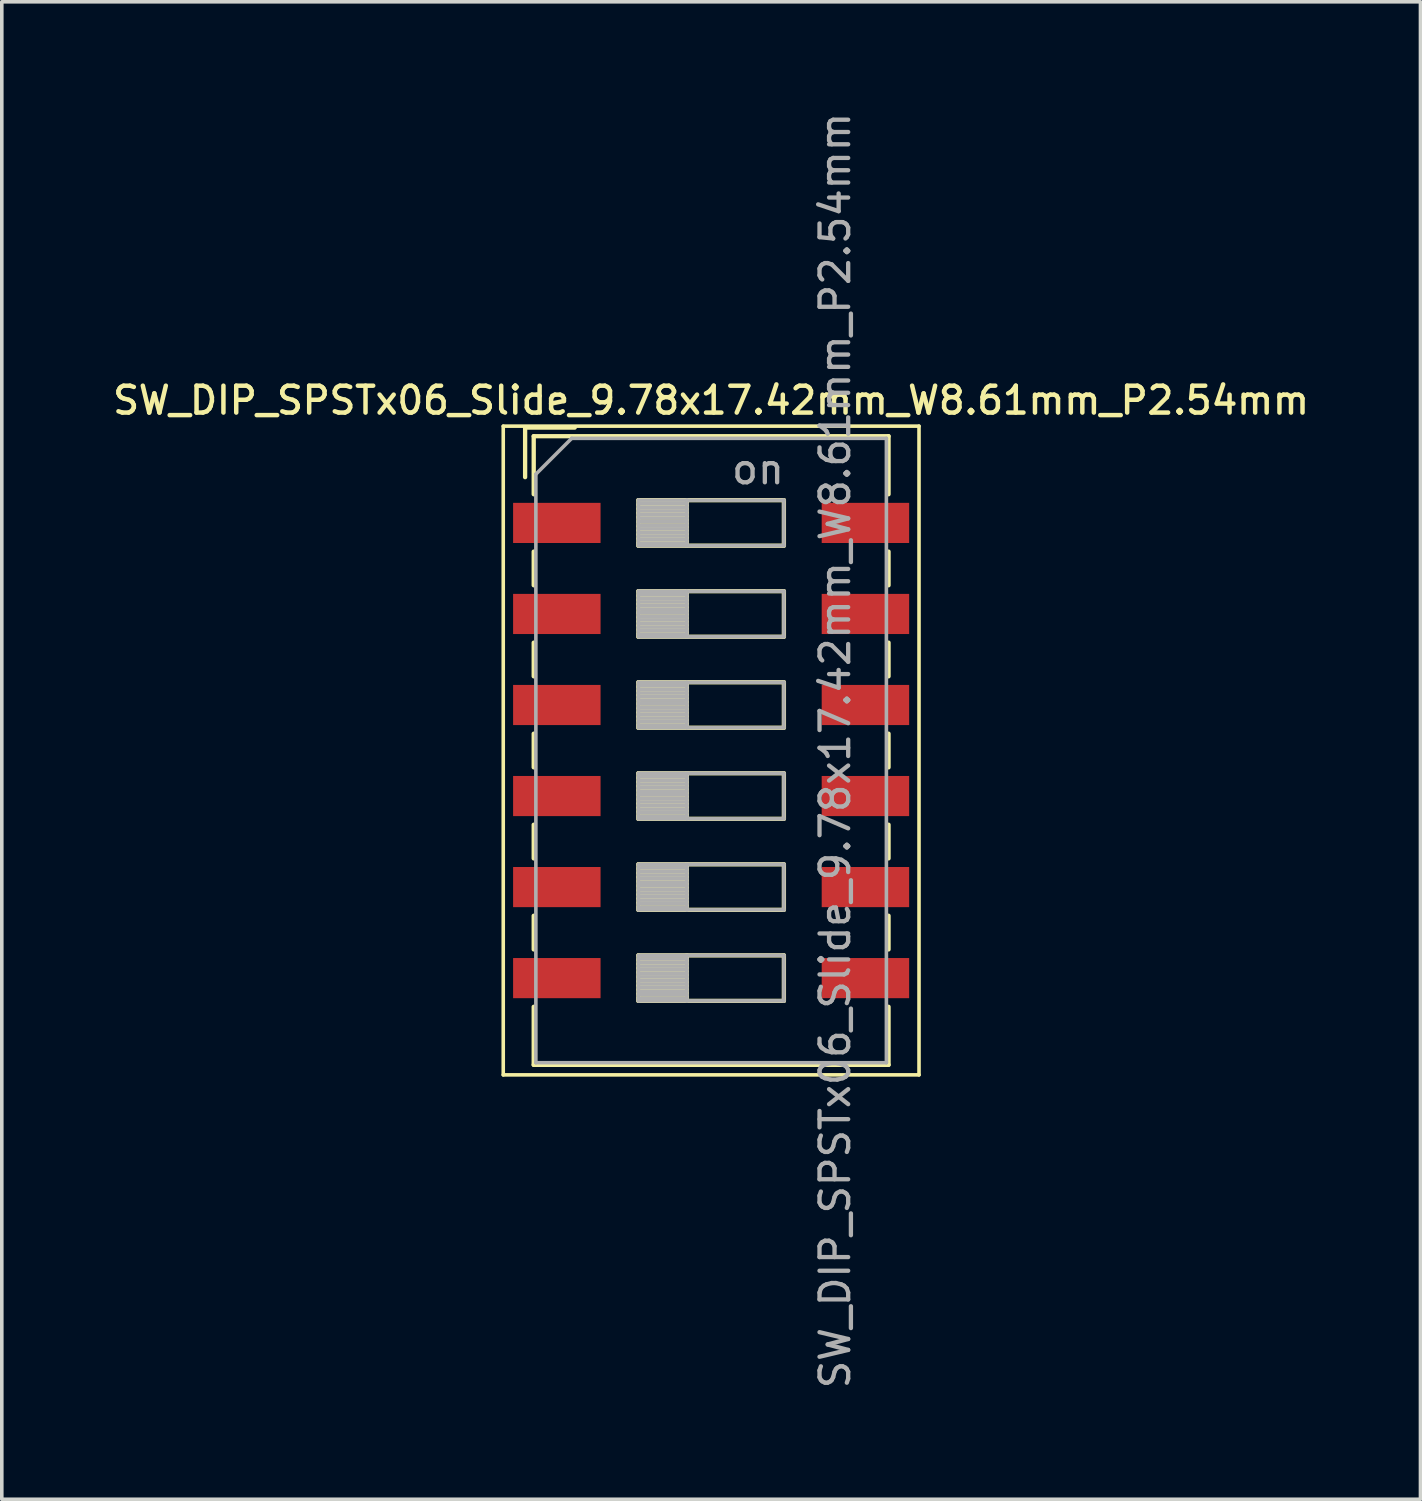
<source format=kicad_pcb>
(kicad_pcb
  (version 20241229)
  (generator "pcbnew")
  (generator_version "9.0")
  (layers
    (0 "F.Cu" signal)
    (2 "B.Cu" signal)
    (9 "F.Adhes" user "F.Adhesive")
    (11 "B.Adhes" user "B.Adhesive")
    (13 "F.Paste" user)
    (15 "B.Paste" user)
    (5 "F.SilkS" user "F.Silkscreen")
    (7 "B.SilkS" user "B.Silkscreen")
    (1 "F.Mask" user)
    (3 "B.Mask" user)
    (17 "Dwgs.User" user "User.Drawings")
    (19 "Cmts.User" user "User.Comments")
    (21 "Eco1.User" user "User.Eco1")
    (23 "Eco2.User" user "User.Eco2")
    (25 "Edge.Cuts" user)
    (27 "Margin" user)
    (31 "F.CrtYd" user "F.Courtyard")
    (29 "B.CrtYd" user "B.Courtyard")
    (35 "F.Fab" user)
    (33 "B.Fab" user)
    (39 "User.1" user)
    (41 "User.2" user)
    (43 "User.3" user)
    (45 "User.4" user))
  (footprint "SW_DIP_SPSTx06_Slide_9.78x17.42mm_W8.61mm_P2.54mm"
    (layer "F.Cu")
    (at 16.791 17.89)
    (property "Reference" "SW_DIP_SPSTx06_Slide_9.78x17.42mm_W8.61mm_P2.54mm" (at 0 -9.77 0) (layer "F.SilkS") (effects (font (size 0.75 0.75) (thickness 0.125))))
    (attr smd)
    (fp_line (start -5.8 -9.05) (end -5.8 9.05) (stroke (width 0.1) (type solid)) (layer "F.SilkS"))
    (fp_line (start -5.8 9.05) (end 5.8 9.05) (stroke (width 0.1) (type solid)) (layer "F.SilkS"))
    (fp_line (start -5.19 -9.01) (end -5.19 -7.627) (stroke (width 0.12) (type solid)) (layer "F.SilkS"))
    (fp_line (start -5.19 -9.01) (end -3.806 -9.01) (stroke (width 0.12) (type solid)) (layer "F.SilkS"))
    (fp_line (start -4.95 -8.77) (end -4.95 -7.15) (stroke (width 0.12) (type solid)) (layer "F.SilkS"))
    (fp_line (start -4.95 -8.77) (end 4.95 -8.77) (stroke (width 0.12) (type solid)) (layer "F.SilkS"))
    (fp_line (start -4.95 -5.55) (end -4.95 -4.61) (stroke (width 0.12) (type solid)) (layer "F.SilkS"))
    (fp_line (start -4.95 -3.01) (end -4.95 -2.07) (stroke (width 0.12) (type solid)) (layer "F.SilkS"))
    (fp_line (start -4.95 -0.47) (end -4.95 0.47) (stroke (width 0.12) (type solid)) (layer "F.SilkS"))
    (fp_line (start -4.95 2.07) (end -4.95 3.01) (stroke (width 0.12) (type solid)) (layer "F.SilkS"))
    (fp_line (start -4.95 4.61) (end -4.95 5.55) (stroke (width 0.12) (type solid)) (layer "F.SilkS"))
    (fp_line (start -4.95 7.15) (end -4.95 8.77) (stroke (width 0.12) (type solid)) (layer "F.SilkS"))
    (fp_line (start -4.95 8.77) (end 4.95 8.77) (stroke (width 0.12) (type solid)) (layer "F.SilkS"))
    (fp_line (start -2.03 -6.985) (end -2.03 -5.715) (stroke (width 0.12) (type solid)) (layer "F.SilkS"))
    (fp_line (start -2.03 -6.865) (end -0.677 -6.865) (stroke (width 0.12) (type solid)) (layer "F.SilkS"))
    (fp_line (start -2.03 -6.745) (end -0.677 -6.745) (stroke (width 0.12) (type solid)) (layer "F.SilkS"))
    (fp_line (start -2.03 -6.625) (end -0.677 -6.625) (stroke (width 0.12) (type solid)) (layer "F.SilkS"))
    (fp_line (start -2.03 -6.505) (end -0.677 -6.505) (stroke (width 0.12) (type solid)) (layer "F.SilkS"))
    (fp_line (start -2.03 -6.385) (end -0.677 -6.385) (stroke (width 0.12) (type solid)) (layer "F.SilkS"))
    (fp_line (start -2.03 -6.265) (end -0.677 -6.265) (stroke (width 0.12) (type solid)) (layer "F.SilkS"))
    (fp_line (start -2.03 -6.145) (end -0.677 -6.145) (stroke (width 0.12) (type solid)) (layer "F.SilkS"))
    (fp_line (start -2.03 -6.025) (end -0.677 -6.025) (stroke (width 0.12) (type solid)) (layer "F.SilkS"))
    (fp_line (start -2.03 -5.905) (end -0.677 -5.905) (stroke (width 0.12) (type solid)) (layer "F.SilkS"))
    (fp_line (start -2.03 -5.785) (end -0.677 -5.785) (stroke (width 0.12) (type solid)) (layer "F.SilkS"))
    (fp_line (start -2.03 -5.715) (end 2.03 -5.715) (stroke (width 0.12) (type solid)) (layer "F.SilkS"))
    (fp_line (start -2.03 -4.445) (end -2.03 -3.175) (stroke (width 0.12) (type solid)) (layer "F.SilkS"))
    (fp_line (start -2.03 -4.325) (end -0.677 -4.325) (stroke (width 0.12) (type solid)) (layer "F.SilkS"))
    (fp_line (start -2.03 -4.205) (end -0.677 -4.205) (stroke (width 0.12) (type solid)) (layer "F.SilkS"))
    (fp_line (start -2.03 -4.085) (end -0.677 -4.085) (stroke (width 0.12) (type solid)) (layer "F.SilkS"))
    (fp_line (start -2.03 -3.965) (end -0.677 -3.965) (stroke (width 0.12) (type solid)) (layer "F.SilkS"))
    (fp_line (start -2.03 -3.845) (end -0.677 -3.845) (stroke (width 0.12) (type solid)) (layer "F.SilkS"))
    (fp_line (start -2.03 -3.725) (end -0.677 -3.725) (stroke (width 0.12) (type solid)) (layer "F.SilkS"))
    (fp_line (start -2.03 -3.605) (end -0.677 -3.605) (stroke (width 0.12) (type solid)) (layer "F.SilkS"))
    (fp_line (start -2.03 -3.485) (end -0.677 -3.485) (stroke (width 0.12) (type solid)) (layer "F.SilkS"))
    (fp_line (start -2.03 -3.365) (end -0.677 -3.365) (stroke (width 0.12) (type solid)) (layer "F.SilkS"))
    (fp_line (start -2.03 -3.245) (end -0.677 -3.245) (stroke (width 0.12) (type solid)) (layer "F.SilkS"))
    (fp_line (start -2.03 -3.175) (end 2.03 -3.175) (stroke (width 0.12) (type solid)) (layer "F.SilkS"))
    (fp_line (start -2.03 -1.905) (end -2.03 -0.635) (stroke (width 0.12) (type solid)) (layer "F.SilkS"))
    (fp_line (start -2.03 -1.785) (end -0.677 -1.785) (stroke (width 0.12) (type solid)) (layer "F.SilkS"))
    (fp_line (start -2.03 -1.665) (end -0.677 -1.665) (stroke (width 0.12) (type solid)) (layer "F.SilkS"))
    (fp_line (start -2.03 -1.545) (end -0.677 -1.545) (stroke (width 0.12) (type solid)) (layer "F.SilkS"))
    (fp_line (start -2.03 -1.425) (end -0.677 -1.425) (stroke (width 0.12) (type solid)) (layer "F.SilkS"))
    (fp_line (start -2.03 -1.305) (end -0.677 -1.305) (stroke (width 0.12) (type solid)) (layer "F.SilkS"))
    (fp_line (start -2.03 -1.185) (end -0.677 -1.185) (stroke (width 0.12) (type solid)) (layer "F.SilkS"))
    (fp_line (start -2.03 -1.065) (end -0.677 -1.065) (stroke (width 0.12) (type solid)) (layer "F.SilkS"))
    (fp_line (start -2.03 -0.945) (end -0.677 -0.945) (stroke (width 0.12) (type solid)) (layer "F.SilkS"))
    (fp_line (start -2.03 -0.825) (end -0.677 -0.825) (stroke (width 0.12) (type solid)) (layer "F.SilkS"))
    (fp_line (start -2.03 -0.705) (end -0.677 -0.705) (stroke (width 0.12) (type solid)) (layer "F.SilkS"))
    (fp_line (start -2.03 -0.635) (end 2.03 -0.635) (stroke (width 0.12) (type solid)) (layer "F.SilkS"))
    (fp_line (start -2.03 0.635) (end -2.03 1.905) (stroke (width 0.12) (type solid)) (layer "F.SilkS"))
    (fp_line (start -2.03 0.755) (end -0.677 0.755) (stroke (width 0.12) (type solid)) (layer "F.SilkS"))
    (fp_line (start -2.03 0.875) (end -0.677 0.875) (stroke (width 0.12) (type solid)) (layer "F.SilkS"))
    (fp_line (start -2.03 0.995) (end -0.677 0.995) (stroke (width 0.12) (type solid)) (layer "F.SilkS"))
    (fp_line (start -2.03 1.115) (end -0.677 1.115) (stroke (width 0.12) (type solid)) (layer "F.SilkS"))
    (fp_line (start -2.03 1.235) (end -0.677 1.235) (stroke (width 0.12) (type solid)) (layer "F.SilkS"))
    (fp_line (start -2.03 1.355) (end -0.677 1.355) (stroke (width 0.12) (type solid)) (layer "F.SilkS"))
    (fp_line (start -2.03 1.475) (end -0.677 1.475) (stroke (width 0.12) (type solid)) (layer "F.SilkS"))
    (fp_line (start -2.03 1.595) (end -0.677 1.595) (stroke (width 0.12) (type solid)) (layer "F.SilkS"))
    (fp_line (start -2.03 1.715) (end -0.677 1.715) (stroke (width 0.12) (type solid)) (layer "F.SilkS"))
    (fp_line (start -2.03 1.835) (end -0.677 1.835) (stroke (width 0.12) (type solid)) (layer "F.SilkS"))
    (fp_line (start -2.03 1.905) (end 2.03 1.905) (stroke (width 0.12) (type solid)) (layer "F.SilkS"))
    (fp_line (start -2.03 3.175) (end -2.03 4.445) (stroke (width 0.12) (type solid)) (layer "F.SilkS"))
    (fp_line (start -2.03 3.295) (end -0.677 3.295) (stroke (width 0.12) (type solid)) (layer "F.SilkS"))
    (fp_line (start -2.03 3.415) (end -0.677 3.415) (stroke (width 0.12) (type solid)) (layer "F.SilkS"))
    (fp_line (start -2.03 3.535) (end -0.677 3.535) (stroke (width 0.12) (type solid)) (layer "F.SilkS"))
    (fp_line (start -2.03 3.655) (end -0.677 3.655) (stroke (width 0.12) (type solid)) (layer "F.SilkS"))
    (fp_line (start -2.03 3.775) (end -0.677 3.775) (stroke (width 0.12) (type solid)) (layer "F.SilkS"))
    (fp_line (start -2.03 3.895) (end -0.677 3.895) (stroke (width 0.12) (type solid)) (layer "F.SilkS"))
    (fp_line (start -2.03 4.015) (end -0.677 4.015) (stroke (width 0.12) (type solid)) (layer "F.SilkS"))
    (fp_line (start -2.03 4.135) (end -0.677 4.135) (stroke (width 0.12) (type solid)) (layer "F.SilkS"))
    (fp_line (start -2.03 4.255) (end -0.677 4.255) (stroke (width 0.12) (type solid)) (layer "F.SilkS"))
    (fp_line (start -2.03 4.375) (end -0.677 4.375) (stroke (width 0.12) (type solid)) (layer "F.SilkS"))
    (fp_line (start -2.03 4.445) (end 2.03 4.445) (stroke (width 0.12) (type solid)) (layer "F.SilkS"))
    (fp_line (start -2.03 5.715) (end -2.03 6.985) (stroke (width 0.12) (type solid)) (layer "F.SilkS"))
    (fp_line (start -2.03 5.835) (end -0.677 5.835) (stroke (width 0.12) (type solid)) (layer "F.SilkS"))
    (fp_line (start -2.03 5.955) (end -0.677 5.955) (stroke (width 0.12) (type solid)) (layer "F.SilkS"))
    (fp_line (start -2.03 6.075) (end -0.677 6.075) (stroke (width 0.12) (type solid)) (layer "F.SilkS"))
    (fp_line (start -2.03 6.195) (end -0.677 6.195) (stroke (width 0.12) (type solid)) (layer "F.SilkS"))
    (fp_line (start -2.03 6.315) (end -0.677 6.315) (stroke (width 0.12) (type solid)) (layer "F.SilkS"))
    (fp_line (start -2.03 6.435) (end -0.677 6.435) (stroke (width 0.12) (type solid)) (layer "F.SilkS"))
    (fp_line (start -2.03 6.555) (end -0.677 6.555) (stroke (width 0.12) (type solid)) (layer "F.SilkS"))
    (fp_line (start -2.03 6.675) (end -0.677 6.675) (stroke (width 0.12) (type solid)) (layer "F.SilkS"))
    (fp_line (start -2.03 6.795) (end -0.677 6.795) (stroke (width 0.12) (type solid)) (layer "F.SilkS"))
    (fp_line (start -2.03 6.915) (end -0.677 6.915) (stroke (width 0.12) (type solid)) (layer "F.SilkS"))
    (fp_line (start -2.03 6.985) (end 2.03 6.985) (stroke (width 0.12) (type solid)) (layer "F.SilkS"))
    (fp_line (start -0.677 -6.985) (end -0.677 -5.715) (stroke (width 0.12) (type solid)) (layer "F.SilkS"))
    (fp_line (start -0.677 -4.445) (end -0.677 -3.175) (stroke (width 0.12) (type solid)) (layer "F.SilkS"))
    (fp_line (start -0.677 -1.905) (end -0.677 -0.635) (stroke (width 0.12) (type solid)) (layer "F.SilkS"))
    (fp_line (start -0.677 0.635) (end -0.677 1.905) (stroke (width 0.12) (type solid)) (layer "F.SilkS"))
    (fp_line (start -0.677 3.175) (end -0.677 4.445) (stroke (width 0.12) (type solid)) (layer "F.SilkS"))
    (fp_line (start -0.677 5.715) (end -0.677 6.985) (stroke (width 0.12) (type solid)) (layer "F.SilkS"))
    (fp_line (start 2.03 -6.985) (end -2.03 -6.985) (stroke (width 0.12) (type solid)) (layer "F.SilkS"))
    (fp_line (start 2.03 -5.715) (end 2.03 -6.985) (stroke (width 0.12) (type solid)) (layer "F.SilkS"))
    (fp_line (start 2.03 -4.445) (end -2.03 -4.445) (stroke (width 0.12) (type solid)) (layer "F.SilkS"))
    (fp_line (start 2.03 -3.175) (end 2.03 -4.445) (stroke (width 0.12) (type solid)) (layer "F.SilkS"))
    (fp_line (start 2.03 -1.905) (end -2.03 -1.905) (stroke (width 0.12) (type solid)) (layer "F.SilkS"))
    (fp_line (start 2.03 -0.635) (end 2.03 -1.905) (stroke (width 0.12) (type solid)) (layer "F.SilkS"))
    (fp_line (start 2.03 0.635) (end -2.03 0.635) (stroke (width 0.12) (type solid)) (layer "F.SilkS"))
    (fp_line (start 2.03 1.905) (end 2.03 0.635) (stroke (width 0.12) (type solid)) (layer "F.SilkS"))
    (fp_line (start 2.03 3.175) (end -2.03 3.175) (stroke (width 0.12) (type solid)) (layer "F.SilkS"))
    (fp_line (start 2.03 4.445) (end 2.03 3.175) (stroke (width 0.12) (type solid)) (layer "F.SilkS"))
    (fp_line (start 2.03 5.715) (end -2.03 5.715) (stroke (width 0.12) (type solid)) (layer "F.SilkS"))
    (fp_line (start 2.03 6.985) (end 2.03 5.715) (stroke (width 0.12) (type solid)) (layer "F.SilkS"))
    (fp_line (start 4.95 -8.77) (end 4.95 -7.15) (stroke (width 0.12) (type solid)) (layer "F.SilkS"))
    (fp_line (start 4.95 -5.55) (end 4.95 -4.61) (stroke (width 0.12) (type solid)) (layer "F.SilkS"))
    (fp_line (start 4.95 -3.01) (end 4.95 -2.07) (stroke (width 0.12) (type solid)) (layer "F.SilkS"))
    (fp_line (start 4.95 -0.47) (end 4.95 0.47) (stroke (width 0.12) (type solid)) (layer "F.SilkS"))
    (fp_line (start 4.95 2.07) (end 4.95 3.01) (stroke (width 0.12) (type solid)) (layer "F.SilkS"))
    (fp_line (start 4.95 4.61) (end 4.95 5.55) (stroke (width 0.12) (type solid)) (layer "F.SilkS"))
    (fp_line (start 4.95 7.15) (end 4.95 8.77) (stroke (width 0.12) (type solid)) (layer "F.SilkS"))
    (fp_line (start 5.8 -9.05) (end -5.8 -9.05) (stroke (width 0.1) (type solid)) (layer "F.SilkS"))
    (fp_line (start 5.8 9.05) (end 5.8 -9.05) (stroke (width 0.1) (type solid)) (layer "F.SilkS"))
    (fp_line (start -4.89 -7.71) (end -3.89 -8.71) (stroke (width 0.1) (type solid)) (layer "F.Fab"))
    (fp_line (start -4.89 8.71) (end -4.89 -7.71) (stroke (width 0.1) (type solid)) (layer "F.Fab"))
    (fp_line (start -3.89 -8.71) (end 4.89 -8.71) (stroke (width 0.1) (type solid)) (layer "F.Fab"))
    (fp_line (start -2.03 -6.985) (end -2.03 -5.715) (stroke (width 0.1) (type solid)) (layer "F.Fab"))
    (fp_line (start -2.03 -6.885) (end -0.677 -6.885) (stroke (width 0.1) (type solid)) (layer "F.Fab"))
    (fp_line (start -2.03 -6.785) (end -0.677 -6.785) (stroke (width 0.1) (type solid)) (layer "F.Fab"))
    (fp_line (start -2.03 -6.685) (end -0.677 -6.685) (stroke (width 0.1) (type solid)) (layer "F.Fab"))
    (fp_line (start -2.03 -6.585) (end -0.677 -6.585) (stroke (width 0.1) (type solid)) (layer "F.Fab"))
    (fp_line (start -2.03 -6.485) (end -0.677 -6.485) (stroke (width 0.1) (type solid)) (layer "F.Fab"))
    (fp_line (start -2.03 -6.385) (end -0.677 -6.385) (stroke (width 0.1) (type solid)) (layer "F.Fab"))
    (fp_line (start -2.03 -6.285) (end -0.677 -6.285) (stroke (width 0.1) (type solid)) (layer "F.Fab"))
    (fp_line (start -2.03 -6.185) (end -0.677 -6.185) (stroke (width 0.1) (type solid)) (layer "F.Fab"))
    (fp_line (start -2.03 -6.085) (end -0.677 -6.085) (stroke (width 0.1) (type solid)) (layer "F.Fab"))
    (fp_line (start -2.03 -5.985) (end -0.677 -5.985) (stroke (width 0.1) (type solid)) (layer "F.Fab"))
    (fp_line (start -2.03 -5.885) (end -0.677 -5.885) (stroke (width 0.1) (type solid)) (layer "F.Fab"))
    (fp_line (start -2.03 -5.785) (end -0.677 -5.785) (stroke (width 0.1) (type solid)) (layer "F.Fab"))
    (fp_line (start -2.03 -5.715) (end 2.03 -5.715) (stroke (width 0.1) (type solid)) (layer "F.Fab"))
    (fp_line (start -2.03 -4.445) (end -2.03 -3.175) (stroke (width 0.1) (type solid)) (layer "F.Fab"))
    (fp_line (start -2.03 -4.345) (end -0.677 -4.345) (stroke (width 0.1) (type solid)) (layer "F.Fab"))
    (fp_line (start -2.03 -4.245) (end -0.677 -4.245) (stroke (width 0.1) (type solid)) (layer "F.Fab"))
    (fp_line (start -2.03 -4.145) (end -0.677 -4.145) (stroke (width 0.1) (type solid)) (layer "F.Fab"))
    (fp_line (start -2.03 -4.045) (end -0.677 -4.045) (stroke (width 0.1) (type solid)) (layer "F.Fab"))
    (fp_line (start -2.03 -3.945) (end -0.677 -3.945) (stroke (width 0.1) (type solid)) (layer "F.Fab"))
    (fp_line (start -2.03 -3.845) (end -0.677 -3.845) (stroke (width 0.1) (type solid)) (layer "F.Fab"))
    (fp_line (start -2.03 -3.745) (end -0.677 -3.745) (stroke (width 0.1) (type solid)) (layer "F.Fab"))
    (fp_line (start -2.03 -3.645) (end -0.677 -3.645) (stroke (width 0.1) (type solid)) (layer "F.Fab"))
    (fp_line (start -2.03 -3.545) (end -0.677 -3.545) (stroke (width 0.1) (type solid)) (layer "F.Fab"))
    (fp_line (start -2.03 -3.445) (end -0.677 -3.445) (stroke (width 0.1) (type solid)) (layer "F.Fab"))
    (fp_line (start -2.03 -3.345) (end -0.677 -3.345) (stroke (width 0.1) (type solid)) (layer "F.Fab"))
    (fp_line (start -2.03 -3.245) (end -0.677 -3.245) (stroke (width 0.1) (type solid)) (layer "F.Fab"))
    (fp_line (start -2.03 -3.175) (end 2.03 -3.175) (stroke (width 0.1) (type solid)) (layer "F.Fab"))
    (fp_line (start -2.03 -1.905) (end -2.03 -0.635) (stroke (width 0.1) (type solid)) (layer "F.Fab"))
    (fp_line (start -2.03 -1.805) (end -0.677 -1.805) (stroke (width 0.1) (type solid)) (layer "F.Fab"))
    (fp_line (start -2.03 -1.705) (end -0.677 -1.705) (stroke (width 0.1) (type solid)) (layer "F.Fab"))
    (fp_line (start -2.03 -1.605) (end -0.677 -1.605) (stroke (width 0.1) (type solid)) (layer "F.Fab"))
    (fp_line (start -2.03 -1.505) (end -0.677 -1.505) (stroke (width 0.1) (type solid)) (layer "F.Fab"))
    (fp_line (start -2.03 -1.405) (end -0.677 -1.405) (stroke (width 0.1) (type solid)) (layer "F.Fab"))
    (fp_line (start -2.03 -1.305) (end -0.677 -1.305) (stroke (width 0.1) (type solid)) (layer "F.Fab"))
    (fp_line (start -2.03 -1.205) (end -0.677 -1.205) (stroke (width 0.1) (type solid)) (layer "F.Fab"))
    (fp_line (start -2.03 -1.105) (end -0.677 -1.105) (stroke (width 0.1) (type solid)) (layer "F.Fab"))
    (fp_line (start -2.03 -1.005) (end -0.677 -1.005) (stroke (width 0.1) (type solid)) (layer "F.Fab"))
    (fp_line (start -2.03 -0.905) (end -0.677 -0.905) (stroke (width 0.1) (type solid)) (layer "F.Fab"))
    (fp_line (start -2.03 -0.805) (end -0.677 -0.805) (stroke (width 0.1) (type solid)) (layer "F.Fab"))
    (fp_line (start -2.03 -0.705) (end -0.677 -0.705) (stroke (width 0.1) (type solid)) (layer "F.Fab"))
    (fp_line (start -2.03 -0.635) (end 2.03 -0.635) (stroke (width 0.1) (type solid)) (layer "F.Fab"))
    (fp_line (start -2.03 0.635) (end -2.03 1.905) (stroke (width 0.1) (type solid)) (layer "F.Fab"))
    (fp_line (start -2.03 0.735) (end -0.677 0.735) (stroke (width 0.1) (type solid)) (layer "F.Fab"))
    (fp_line (start -2.03 0.835) (end -0.677 0.835) (stroke (width 0.1) (type solid)) (layer "F.Fab"))
    (fp_line (start -2.03 0.935) (end -0.677 0.935) (stroke (width 0.1) (type solid)) (layer "F.Fab"))
    (fp_line (start -2.03 1.035) (end -0.677 1.035) (stroke (width 0.1) (type solid)) (layer "F.Fab"))
    (fp_line (start -2.03 1.135) (end -0.677 1.135) (stroke (width 0.1) (type solid)) (layer "F.Fab"))
    (fp_line (start -2.03 1.235) (end -0.677 1.235) (stroke (width 0.1) (type solid)) (layer "F.Fab"))
    (fp_line (start -2.03 1.335) (end -0.677 1.335) (stroke (width 0.1) (type solid)) (layer "F.Fab"))
    (fp_line (start -2.03 1.435) (end -0.677 1.435) (stroke (width 0.1) (type solid)) (layer "F.Fab"))
    (fp_line (start -2.03 1.535) (end -0.677 1.535) (stroke (width 0.1) (type solid)) (layer "F.Fab"))
    (fp_line (start -2.03 1.635) (end -0.677 1.635) (stroke (width 0.1) (type solid)) (layer "F.Fab"))
    (fp_line (start -2.03 1.735) (end -0.677 1.735) (stroke (width 0.1) (type solid)) (layer "F.Fab"))
    (fp_line (start -2.03 1.835) (end -0.677 1.835) (stroke (width 0.1) (type solid)) (layer "F.Fab"))
    (fp_line (start -2.03 1.905) (end 2.03 1.905) (stroke (width 0.1) (type solid)) (layer "F.Fab"))
    (fp_line (start -2.03 3.175) (end -2.03 4.445) (stroke (width 0.1) (type solid)) (layer "F.Fab"))
    (fp_line (start -2.03 3.275) (end -0.677 3.275) (stroke (width 0.1) (type solid)) (layer "F.Fab"))
    (fp_line (start -2.03 3.375) (end -0.677 3.375) (stroke (width 0.1) (type solid)) (layer "F.Fab"))
    (fp_line (start -2.03 3.475) (end -0.677 3.475) (stroke (width 0.1) (type solid)) (layer "F.Fab"))
    (fp_line (start -2.03 3.575) (end -0.677 3.575) (stroke (width 0.1) (type solid)) (layer "F.Fab"))
    (fp_line (start -2.03 3.675) (end -0.677 3.675) (stroke (width 0.1) (type solid)) (layer "F.Fab"))
    (fp_line (start -2.03 3.775) (end -0.677 3.775) (stroke (width 0.1) (type solid)) (layer "F.Fab"))
    (fp_line (start -2.03 3.875) (end -0.677 3.875) (stroke (width 0.1) (type solid)) (layer "F.Fab"))
    (fp_line (start -2.03 3.975) (end -0.677 3.975) (stroke (width 0.1) (type solid)) (layer "F.Fab"))
    (fp_line (start -2.03 4.075) (end -0.677 4.075) (stroke (width 0.1) (type solid)) (layer "F.Fab"))
    (fp_line (start -2.03 4.175) (end -0.677 4.175) (stroke (width 0.1) (type solid)) (layer "F.Fab"))
    (fp_line (start -2.03 4.275) (end -0.677 4.275) (stroke (width 0.1) (type solid)) (layer "F.Fab"))
    (fp_line (start -2.03 4.375) (end -0.677 4.375) (stroke (width 0.1) (type solid)) (layer "F.Fab"))
    (fp_line (start -2.03 4.445) (end 2.03 4.445) (stroke (width 0.1) (type solid)) (layer "F.Fab"))
    (fp_line (start -2.03 5.715) (end -2.03 6.985) (stroke (width 0.1) (type solid)) (layer "F.Fab"))
    (fp_line (start -2.03 5.815) (end -0.677 5.815) (stroke (width 0.1) (type solid)) (layer "F.Fab"))
    (fp_line (start -2.03 5.915) (end -0.677 5.915) (stroke (width 0.1) (type solid)) (layer "F.Fab"))
    (fp_line (start -2.03 6.015) (end -0.677 6.015) (stroke (width 0.1) (type solid)) (layer "F.Fab"))
    (fp_line (start -2.03 6.115) (end -0.677 6.115) (stroke (width 0.1) (type solid)) (layer "F.Fab"))
    (fp_line (start -2.03 6.215) (end -0.677 6.215) (stroke (width 0.1) (type solid)) (layer "F.Fab"))
    (fp_line (start -2.03 6.315) (end -0.677 6.315) (stroke (width 0.1) (type solid)) (layer "F.Fab"))
    (fp_line (start -2.03 6.415) (end -0.677 6.415) (stroke (width 0.1) (type solid)) (layer "F.Fab"))
    (fp_line (start -2.03 6.515) (end -0.677 6.515) (stroke (width 0.1) (type solid)) (layer "F.Fab"))
    (fp_line (start -2.03 6.615) (end -0.677 6.615) (stroke (width 0.1) (type solid)) (layer "F.Fab"))
    (fp_line (start -2.03 6.715) (end -0.677 6.715) (stroke (width 0.1) (type solid)) (layer "F.Fab"))
    (fp_line (start -2.03 6.815) (end -0.677 6.815) (stroke (width 0.1) (type solid)) (layer "F.Fab"))
    (fp_line (start -2.03 6.915) (end -0.677 6.915) (stroke (width 0.1) (type solid)) (layer "F.Fab"))
    (fp_line (start -2.03 6.985) (end 2.03 6.985) (stroke (width 0.1) (type solid)) (layer "F.Fab"))
    (fp_line (start -0.677 -6.985) (end -0.677 -5.715) (stroke (width 0.1) (type solid)) (layer "F.Fab"))
    (fp_line (start -0.677 -4.445) (end -0.677 -3.175) (stroke (width 0.1) (type solid)) (layer "F.Fab"))
    (fp_line (start -0.677 -1.905) (end -0.677 -0.635) (stroke (width 0.1) (type solid)) (layer "F.Fab"))
    (fp_line (start -0.677 0.635) (end -0.677 1.905) (stroke (width 0.1) (type solid)) (layer "F.Fab"))
    (fp_line (start -0.677 3.175) (end -0.677 4.445) (stroke (width 0.1) (type solid)) (layer "F.Fab"))
    (fp_line (start -0.677 5.715) (end -0.677 6.985) (stroke (width 0.1) (type solid)) (layer "F.Fab"))
    (fp_line (start 2.03 -6.985) (end -2.03 -6.985) (stroke (width 0.1) (type solid)) (layer "F.Fab"))
    (fp_line (start 2.03 -5.715) (end 2.03 -6.985) (stroke (width 0.1) (type solid)) (layer "F.Fab"))
    (fp_line (start 2.03 -4.445) (end -2.03 -4.445) (stroke (width 0.1) (type solid)) (layer "F.Fab"))
    (fp_line (start 2.03 -3.175) (end 2.03 -4.445) (stroke (width 0.1) (type solid)) (layer "F.Fab"))
    (fp_line (start 2.03 -1.905) (end -2.03 -1.905) (stroke (width 0.1) (type solid)) (layer "F.Fab"))
    (fp_line (start 2.03 -0.635) (end 2.03 -1.905) (stroke (width 0.1) (type solid)) (layer "F.Fab"))
    (fp_line (start 2.03 0.635) (end -2.03 0.635) (stroke (width 0.1) (type solid)) (layer "F.Fab"))
    (fp_line (start 2.03 1.905) (end 2.03 0.635) (stroke (width 0.1) (type solid)) (layer "F.Fab"))
    (fp_line (start 2.03 3.175) (end -2.03 3.175) (stroke (width 0.1) (type solid)) (layer "F.Fab"))
    (fp_line (start 2.03 4.445) (end 2.03 3.175) (stroke (width 0.1) (type solid)) (layer "F.Fab"))
    (fp_line (start 2.03 5.715) (end -2.03 5.715) (stroke (width 0.1) (type solid)) (layer "F.Fab"))
    (fp_line (start 2.03 6.985) (end 2.03 5.715) (stroke (width 0.1) (type solid)) (layer "F.Fab"))
    (fp_line (start 4.89 -8.71) (end 4.89 8.71) (stroke (width 0.1) (type solid)) (layer "F.Fab"))
    (fp_line (start 4.89 8.71) (end -4.89 8.71) (stroke (width 0.1) (type solid)) (layer "F.Fab"))
    (fp_text user "on" (at 1.308 -7.848 0) (layer "F.Fab") (effects (font (size 0.8 0.8) (thickness 0.12))))
    (fp_text user "${REFERENCE}" (at 3.46 0 90) (layer "F.Fab") (effects (font (size 0.8 0.8) (thickness 0.12))))
    (pad "1" smd rect (at -4.305 -6.35) (size 2.44 1.12) (layers "F.Cu" "F.Mask" "F.Paste"))
    (pad "2" smd rect (at -4.305 -3.81) (size 2.44 1.12) (layers "F.Cu" "F.Mask" "F.Paste"))
    (pad "3" smd rect (at -4.305 -1.27) (size 2.44 1.12) (layers "F.Cu" "F.Mask" "F.Paste"))
    (pad "4" smd rect (at -4.305 1.27) (size 2.44 1.12) (layers "F.Cu" "F.Mask" "F.Paste"))
    (pad "5" smd rect (at -4.305 3.81) (size 2.44 1.12) (layers "F.Cu" "F.Mask" "F.Paste"))
    (pad "6" smd rect (at -4.305 6.35) (size 2.44 1.12) (layers "F.Cu" "F.Mask" "F.Paste"))
    (pad "7" smd rect (at 4.305 6.35) (size 2.44 1.12) (layers "F.Cu" "F.Mask" "F.Paste"))
    (pad "8" smd rect (at 4.305 3.81) (size 2.44 1.12) (layers "F.Cu" "F.Mask" "F.Paste"))
    (pad "9" smd rect (at 4.305 1.27) (size 2.44 1.12) (layers "F.Cu" "F.Mask" "F.Paste"))
    (pad "10" smd rect (at 4.305 -1.27) (size 2.44 1.12) (layers "F.Cu" "F.Mask" "F.Paste"))
    (pad "11" smd rect (at 4.305 -3.81) (size 2.44 1.12) (layers "F.Cu" "F.Mask" "F.Paste"))
    (pad "12" smd rect (at 4.305 -6.35) (size 2.44 1.12) (layers "F.Cu" "F.Mask" "F.Paste")))
  (gr_rect
    (start -3 -3)
    (end 36.582 38.781)
    (stroke (width 0.1) (type default))
    (fill no)
    (layer "Edge.Cuts")))
</source>
